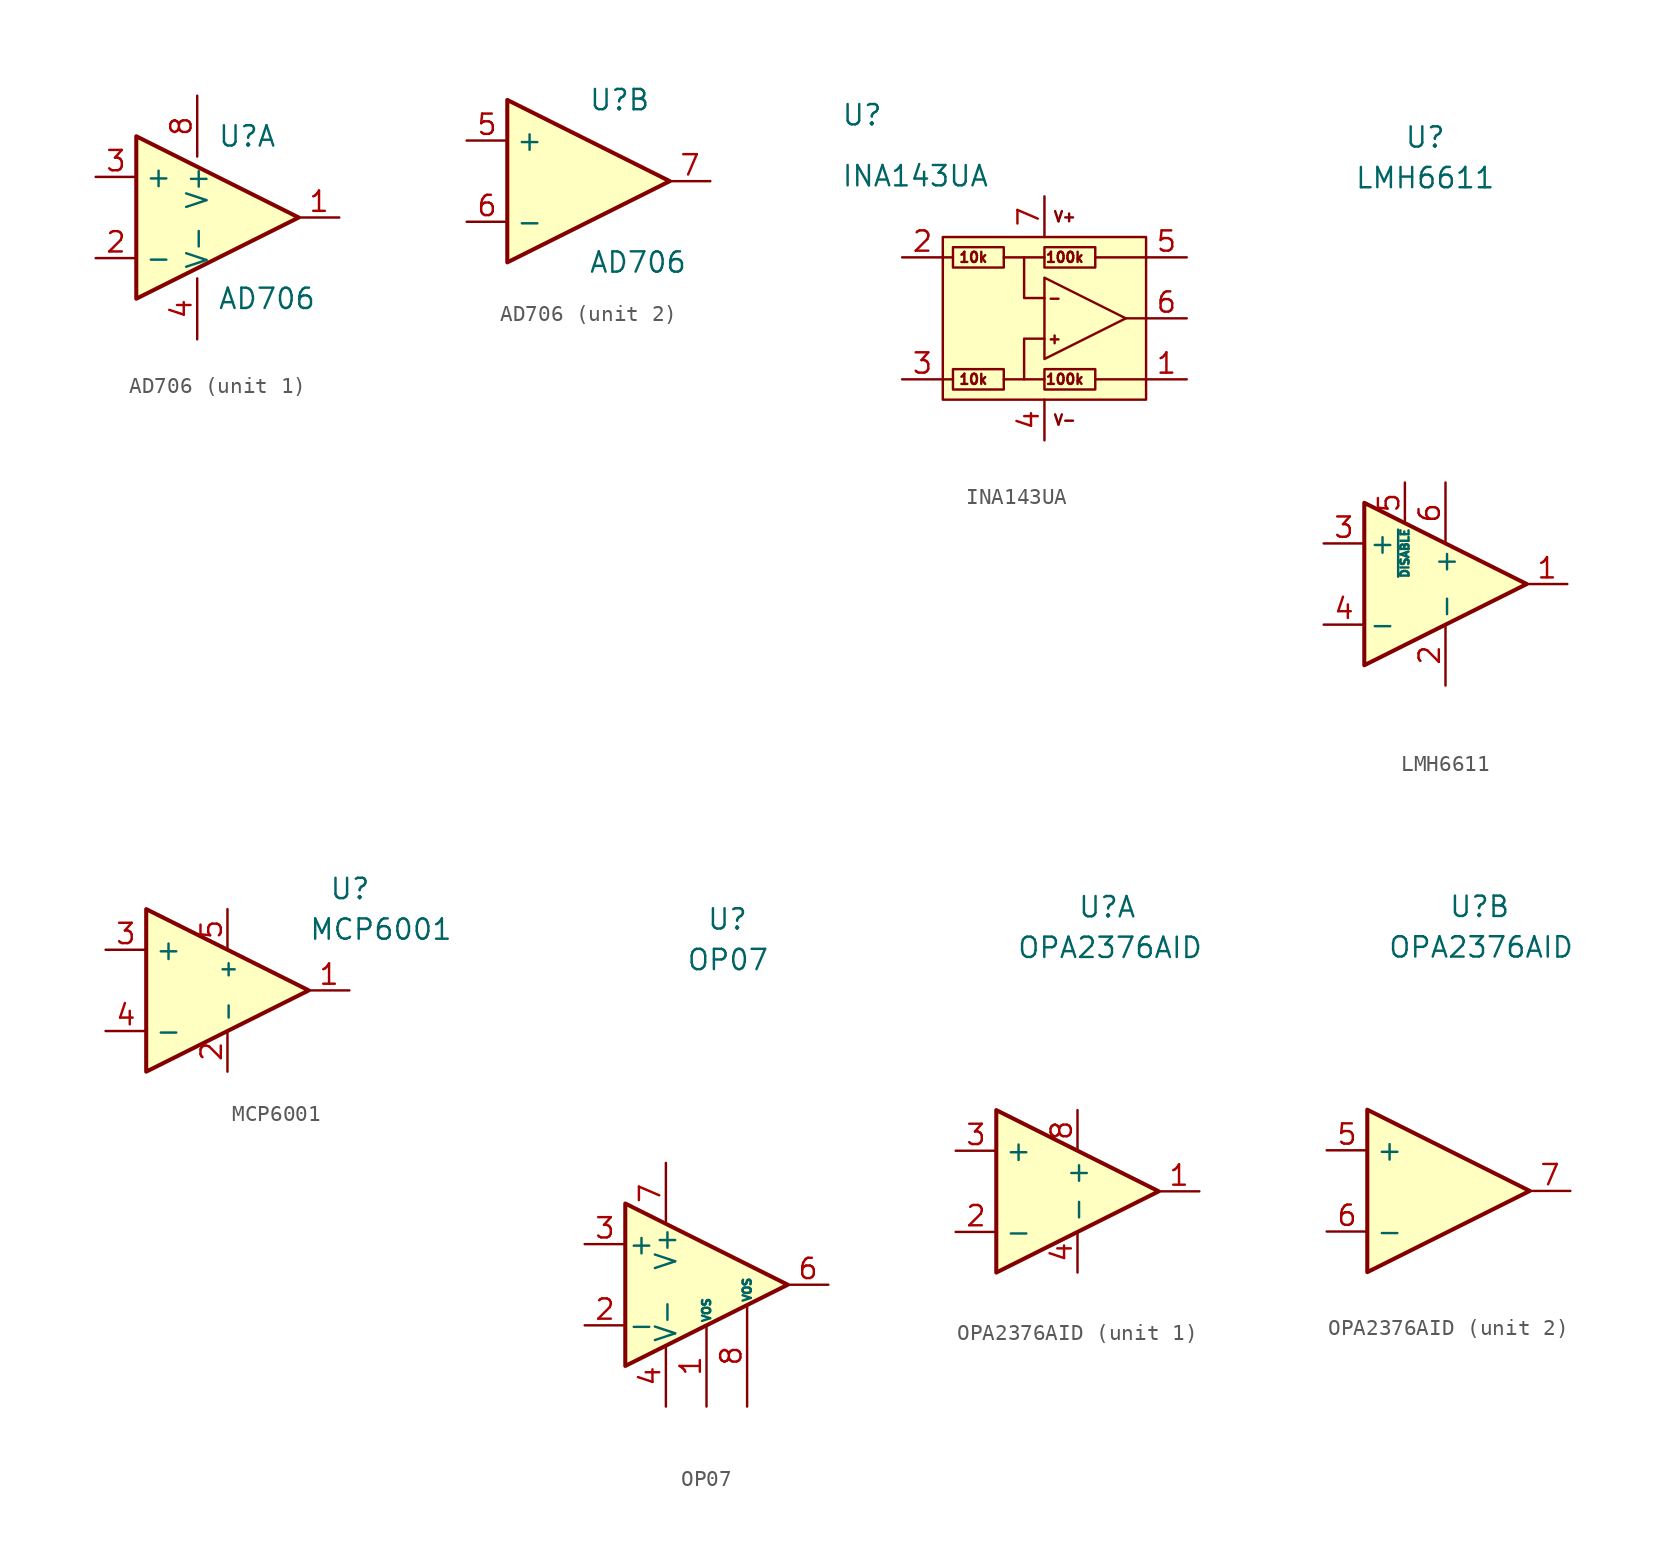
<source format=kicad_sym>
(kicad_symbol_lib
  (version 20211014)
  (generator kicad_symbol_editor)
  (symbol "AD706"
    (property "Reference" "U"
      (at 0 5.08 0)
      (effects (font (size 1.27 1.27)) (justify left)))
    (property "Value" "AD706"
      (at 0 -5.08 0)
      (effects (font (size 1.27 1.27)) (justify left)))
    (property "ki_locked" ""
      (at 0 0 0)
      (effects (font (size 1.27 1.27))))
    (symbol "AD706_1_1"
      (polyline (pts (xy -5.08 5.08) (xy 5.08 0) (xy -5.08 -5.08) (xy -5.08 5.08)) (stroke (width 0.254) (type default) (color 0 0 0 0)) (fill (type background)))
      (pin output line (at 7.62 0 180) (length 2.54) (name "~" (effects (font (size 1.27 1.27)))) (number "1" (effects (font (size 1.27 1.27)))))
      (pin input line (at -7.62 -2.54 0) (length 2.54) (name "-" (effects (font (size 1.27 1.27)))) (number "2" (effects (font (size 1.27 1.27)))))
      (pin input line (at -7.62 2.54 0) (length 2.54) (name "+" (effects (font (size 1.27 1.27)))) (number "3" (effects (font (size 1.27 1.27)))))
      (pin power_in line (at -1.27 -7.62 90) (length 3.81) (name "V-" (effects (font (size 1.27 1.27)))) (number "4" (effects (font (size 1.27 1.27)))))
      (pin power_in line (at -1.27 7.62 270) (length 3.81) (name "V+" (effects (font (size 1.27 1.27)))) (number "8" (effects (font (size 1.27 1.27))))))
    (symbol "AD706_2_1"
      (polyline (pts (xy -5.08 5.08) (xy 5.08 0) (xy -5.08 -5.08) (xy -5.08 5.08)) (stroke (width 0.254) (type default) (color 0 0 0 0)) (fill (type background)))
      (pin input line (at -7.62 2.54 0) (length 2.54) (name "+" (effects (font (size 1.27 1.27)))) (number "5" (effects (font (size 1.27 1.27)))))
      (pin input line (at -7.62 -2.54 0) (length 2.54) (name "-" (effects (font (size 1.27 1.27)))) (number "6" (effects (font (size 1.27 1.27)))))
      (pin output line (at 7.62 0 180) (length 2.54) (name "~" (effects (font (size 1.27 1.27)))) (number "7" (effects (font (size 1.27 1.27)))))))
  (symbol "INA143UA"
    (property "Reference" "U"
      (at -12.7 12.7 0)
      (effects (font (size 1.27 1.27)) (justify left)))
    (property "Value" "INA143UA"
      (at -12.7 8.89 0)
      (effects (font (size 1.27 1.27)) (justify left)))
    (symbol "INA143UA_0_0"
      (rectangle (start -6.35 5.08) (end 6.35 -5.08) (stroke (width 0) (type default) (color 0 0 0 0)) (fill (type background)))
      (rectangle (start -5.715 -3.175) (end -2.54 -4.445) (stroke (width 0) (type default) (color 0 0 0 0)) (fill (type none)))
      (rectangle (start -5.715 4.445) (end -2.54 3.175) (stroke (width 0) (type default) (color 0 0 0 0)) (fill (type none)))
      (rectangle (start 0 -3.175) (end 3.175 -4.445) (stroke (width 0) (type default) (color 0 0 0 0)) (fill (type none)))
      (polyline (pts (xy -6.35 -3.81) (xy -5.715 -3.81)) (stroke (width 0) (type default) (color 0 0 0 0)) (fill (type none)))
      (polyline (pts (xy -6.35 3.81) (xy -5.715 3.81)) (stroke (width 0) (type default) (color 0 0 0 0)) (fill (type none)))
      (polyline (pts (xy -2.54 -3.81) (xy 0 -3.81)) (stroke (width 0) (type default) (color 0 0 0 0)) (fill (type none)))
      (polyline (pts (xy -1.27 3.81) (xy -2.54 3.81)) (stroke (width 0) (type default) (color 0 0 0 0)) (fill (type none)))
      (polyline (pts (xy -1.27 3.81) (xy 0 3.81)) (stroke (width 0) (type default) (color 0 0 0 0)) (fill (type none)))
      (polyline (pts (xy 3.175 -3.81) (xy 6.35 -3.81)) (stroke (width 0) (type default) (color 0 0 0 0)) (fill (type none)))
      (polyline (pts (xy 3.175 3.81) (xy 6.35 3.81)) (stroke (width 0) (type default) (color 0 0 0 0)) (fill (type none)))
      (polyline (pts (xy 5.08 0) (xy 6.35 0)) (stroke (width 0) (type default) (color 0 0 0 0)) (fill (type none)))
      (polyline (pts (xy 0 -1.27) (xy -1.27 -1.27) (xy -1.27 -3.81)) (stroke (width 0) (type default) (color 0 0 0 0)) (fill (type none)))
      (polyline (pts (xy 0 1.27) (xy -1.27 1.27) (xy -1.27 3.81)) (stroke (width 0) (type default) (color 0 0 0 0)) (fill (type none)))
      (rectangle (start 0 4.445) (end 3.175 3.175) (stroke (width 0) (type default) (color 0 0 0 0)) (fill (type none)))
      (text "+" (at 0.635 -1.27 0) (effects (font (size 0.635 0.635))))
      (text "-" (at 0.635 1.27 0) (effects (font (size 0.635 0.635))))
      (text "100k" (at 1.27 -3.81 0) (effects (font (size 0.635 0.635))))
      (text "100k" (at 1.27 3.81 0) (effects (font (size 0.635 0.635))))
      (text "10k" (at -4.445 -3.81 0) (effects (font (size 0.635 0.635))))
      (text "10k" (at -4.445 3.81 0) (effects (font (size 0.635 0.635))))
      (text "V+" (at 1.27 6.35 0) (effects (font (size 0.635 0.635))))
      (text "V-" (at 1.27 -6.35 0) (effects (font (size 0.635 0.635))))
      (pin input line (at -8.89 3.81 0) (length 2.54) (name "~" (effects (font (size 1.27 1.27)))) (number "2" (effects (font (size 1.27 1.27)))))
      (pin input line (at -8.89 -3.81 0) (length 2.54) (name "~" (effects (font (size 1.27 1.27)))) (number "3" (effects (font (size 1.27 1.27)))))
      (pin passive line (at 8.89 3.81 180) (length 2.54) (name "~" (effects (font (size 1.27 1.27)))) (number "5" (effects (font (size 1.27 1.27)))))
      (pin output line (at 8.89 0 180) (length 2.54) (name "~" (effects (font (size 1.27 1.27)))) (number "6" (effects (font (size 1.27 1.27))))))
    (symbol "INA143UA_0_1"
      (polyline (pts (xy 0 2.54) (xy 0 -2.54) (xy 5.08 0) (xy 0 2.54)) (stroke (width 0) (type default) (color 0 0 0 0)) (fill (type none))))
    (symbol "INA143UA_1_1"
      (pin passive line (at 8.89 -3.81 180) (length 2.54) (name "~" (effects (font (size 1.27 1.27)))) (number "1" (effects (font (size 1.27 1.27)))))
      (pin power_in line (at 0 -7.62 90) (length 2.54) (name "~" (effects (font (size 0.991 0.991)))) (number "4" (effects (font (size 1.27 1.27)))))
      (pin power_in line (at 0 7.62 270) (length 2.54) (name "~" (effects (font (size 0.991 0.991)))) (number "7" (effects (font (size 1.27 1.27)))))))
  (symbol "LMH6611"
    (pin_names
      (offset 0.254))
    (property "Reference" "U"
      (at 0 24.13 0)
      (effects (font (size 1.27 1.27))))
    (property "Value" "LMH6611"
      (at 0 21.59 0)
      (effects (font (size 1.27 1.27))))
    (symbol "LMH6611_1_1"
      (polyline (pts (xy -3.81 1.27) (xy 6.35 -3.81) (xy -3.81 -8.89) (xy -3.81 1.27)) (stroke (width 0.254) (type default) (color 0 0 0 0)) (fill (type background)))
      (pin output line (at 8.89 -3.81 180) (length 2.54) (name "~" (effects (font (size 1.27 1.27)))) (number "1" (effects (font (size 1.27 1.27)))))
      (pin power_in line (at 1.27 -10.16 90) (length 3.81) (name "-" (effects (font (size 1.27 1.27)))) (number "2" (effects (font (size 1.27 1.27)))))
      (pin input line (at -6.35 -1.27 0) (length 2.54) (name "+" (effects (font (size 1.27 1.27)))) (number "3" (effects (font (size 1.27 1.27)))))
      (pin input line (at -6.35 -6.35 0) (length 2.54) (name "-" (effects (font (size 1.27 1.27)))) (number "4" (effects (font (size 1.27 1.27)))))
      (pin input line (at -1.27 2.54 270) (length 2.54) (name "~{DISABLE}" (effects (font (size 0.508 0.508)))) (number "5" (effects (font (size 1.27 1.27)))))
      (pin power_in line (at 1.27 2.54 270) (length 3.81) (name "+" (effects (font (size 1.27 1.27)))) (number "6" (effects (font (size 1.27 1.27)))))))
  (symbol "MCP6001"
    (property "Reference" "U"
      (at 6.35 6.35 0)
      (effects (font (size 1.27 1.27)) (justify left)))
    (property "Value" "MCP6001"
      (at 5.08 3.81 0)
      (effects (font (size 1.27 1.27)) (justify left)))
    (symbol "MCP6001_0_0"
      (pin bidirectional line (at -7.62 -2.54 0) (length 2.54) (name "-" (effects (font (size 1.27 1.27)))) (number "4" (effects (font (size 1.27 1.27)))))
      (pin power_in line (at 0 5.08 270) (length 2.54) (name "+" (effects (font (size 0.991 0.991)))) (number "5" (effects (font (size 1.27 1.27))))))
    (symbol "MCP6001_1_1"
      (polyline (pts (xy -5.08 5.08) (xy 5.08 0) (xy -5.08 -5.08) (xy -5.08 5.08)) (stroke (width 0.254) (type default) (color 0 0 0 0)) (fill (type background)))
      (pin output line (at 7.62 0 180) (length 2.54) (name "~" (effects (font (size 1.27 1.27)))) (number "1" (effects (font (size 1.27 1.27)))))
      (pin power_in line (at 0 -5.08 90) (length 2.54) (name "-" (effects (font (size 0.991 0.991)))) (number "2" (effects (font (size 1.27 1.27)))))
      (pin bidirectional line (at -7.62 2.54 0) (length 2.54) (name "+" (effects (font (size 1.27 1.27)))) (number "3" (effects (font (size 1.27 1.27)))))))
  (symbol "OP07"
    (pin_names
      (offset 0.127))
    (property "Reference" "U"
      (at 0 22.86 0)
      (effects (font (size 1.27 1.27)) (justify left)))
    (property "Value" "OP07"
      (at -1.27 20.32 0)
      (effects (font (size 1.27 1.27)) (justify left)))
    (symbol "OP07_0_0"
      (pin no_connect line (at -5.08 0 0) (length 2.54) hide (name "" (effects (font (size 1.27 1.27)))) (number "5" (effects (font (size 1.27 1.27))))))
    (symbol "OP07_0_1"
      (polyline (pts (xy -5.08 5.08) (xy 5.08 0) (xy -5.08 -5.08) (xy -5.08 5.08)) (stroke (width 0.254) (type default) (color 0 0 0 0)) (fill (type background))))
    (symbol "OP07_1_1"
      (pin passive line (at 0 -7.62 90) (length 5.08) (name "VOS" (effects (font (size 0.508 0.508)))) (number "1" (effects (font (size 1.27 1.27)))))
      (pin input line (at -7.62 -2.54 0) (length 2.54) (name "-" (effects (font (size 1.27 1.27)))) (number "2" (effects (font (size 1.27 1.27)))))
      (pin input line (at -7.62 2.54 0) (length 2.54) (name "+" (effects (font (size 1.27 1.27)))) (number "3" (effects (font (size 1.27 1.27)))))
      (pin power_in line (at -2.54 -7.62 90) (length 3.81) (name "V-" (effects (font (size 1.27 1.27)))) (number "4" (effects (font (size 1.27 1.27)))))
      (pin output line (at 7.62 0 180) (length 2.54) (name "~" (effects (font (size 1.27 1.27)))) (number "6" (effects (font (size 1.27 1.27)))))
      (pin power_in line (at -2.54 7.62 270) (length 3.81) (name "V+" (effects (font (size 1.27 1.27)))) (number "7" (effects (font (size 1.27 1.27)))))
      (pin passive line (at 2.54 -7.62 90) (length 6.35) (name "VOS" (effects (font (size 0.508 0.508)))) (number "8" (effects (font (size 1.27 1.27)))))))
  (symbol "OPA2376AID"
    (property "Reference" "U"
      (at 0 17.78 0)
      (effects (font (size 1.27 1.27)) (justify left)))
    (property "Value" "OPA2376AID"
      (at -3.81 15.24 0)
      (effects (font (size 1.27 1.27)) (justify left)))
    (property "ki_locked" ""
      (at 0 0 0)
      (effects (font (size 1.27 1.27))))
    (symbol "OPA2376AID_1_1"
      (polyline (pts (xy -5.08 5.08) (xy 5.08 0) (xy -5.08 -5.08) (xy -5.08 5.08)) (stroke (width 0.254) (type default) (color 0 0 0 0)) (fill (type background)))
      (pin output line (at 7.62 0 180) (length 2.54) (name "~" (effects (font (size 1.27 1.27)))) (number "1" (effects (font (size 1.27 1.27)))))
      (pin input line (at -7.62 -2.54 0) (length 2.54) (name "-" (effects (font (size 1.27 1.27)))) (number "2" (effects (font (size 1.27 1.27)))))
      (pin input line (at -7.62 2.54 0) (length 2.54) (name "+" (effects (font (size 1.27 1.27)))) (number "3" (effects (font (size 1.27 1.27)))))
      (pin power_in line (at 0 -5.08 90) (length 2.54) (name "-" (effects (font (size 1.27 1.27)))) (number "4" (effects (font (size 1.27 1.27)))))
      (pin power_in line (at 0 5.08 270) (length 2.54) (name "+" (effects (font (size 1.27 1.27)))) (number "8" (effects (font (size 1.27 1.27))))))
    (symbol "OPA2376AID_2_1"
      (polyline (pts (xy -5.08 5.08) (xy 5.08 0) (xy -5.08 -5.08) (xy -5.08 5.08)) (stroke (width 0.254) (type default) (color 0 0 0 0)) (fill (type background)))
      (pin input line (at -7.62 2.54 0) (length 2.54) (name "+" (effects (font (size 1.27 1.27)))) (number "5" (effects (font (size 1.27 1.27)))))
      (pin input line (at -7.62 -2.54 0) (length 2.54) (name "-" (effects (font (size 1.27 1.27)))) (number "6" (effects (font (size 1.27 1.27)))))
      (pin output line (at 7.62 0 180) (length 2.54) (name "~" (effects (font (size 1.27 1.27)))) (number "7" (effects (font (size 1.27 1.27))))))))
</source>
